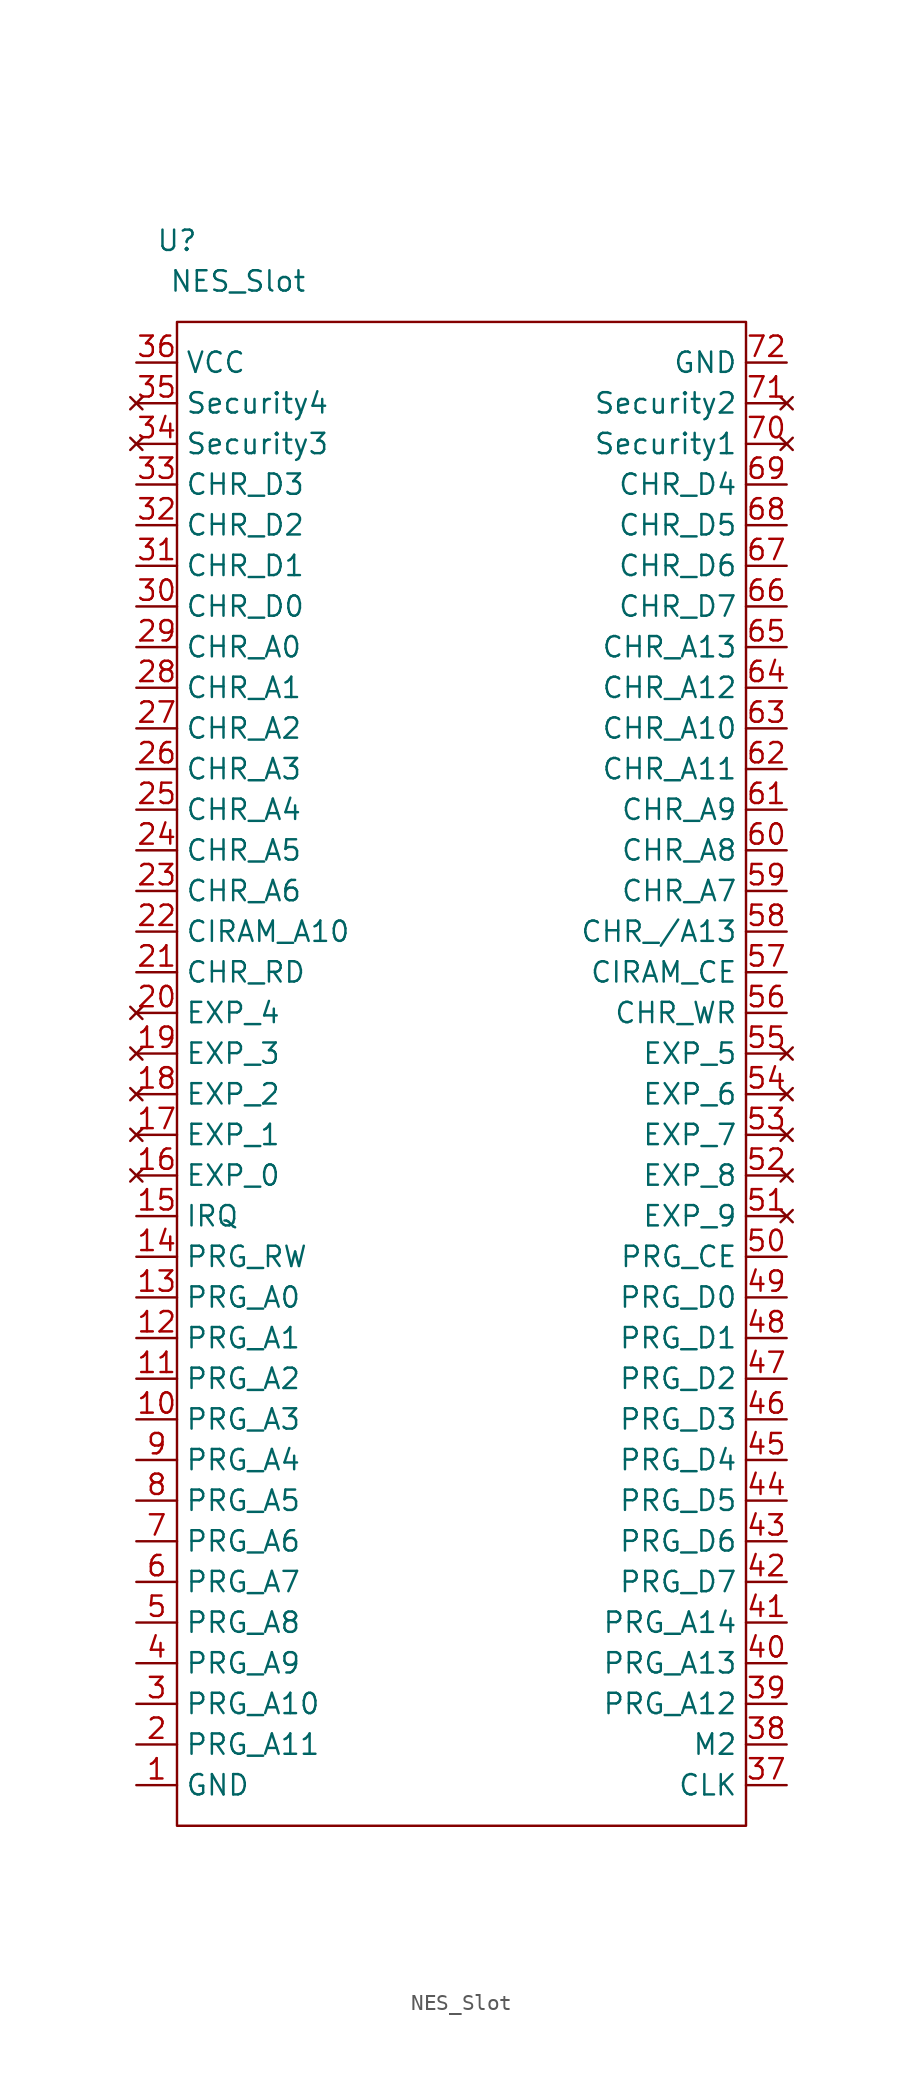
<source format=kicad_sym>
(kicad_symbol_lib
  (version 20211014)
  (generator kicad_symbol_editor)
  (symbol "NES_Slot"
    (property "Reference" "U"
      (at -16.51 44.45 0)
      (effects (font (size 1.27 1.27))))
    (property "Value" "NES_Slot"
      (at -12.7 41.91 0)
      (effects (font (size 1.27 1.27))))
    (symbol "NES_Slot_0_1"
      (rectangle (start -16.51 39.37) (end 19.05 -54.61) (stroke (width 0.152) (type default) (color 0 0 0 0)) (fill (type none))))
    (symbol "NES_Slot_1_1"
      (pin power_in line (at -19.05 -52.07 0) (length 2.54) (name "GND" (effects (font (size 1.27 1.27)))) (number "1" (effects (font (size 1.27 1.27)))))
      (pin input line (at -19.05 -29.21 0) (length 2.54) (name "PRG_A3" (effects (font (size 1.27 1.27)))) (number "10" (effects (font (size 1.27 1.27)))))
      (pin input line (at -19.05 -26.67 0) (length 2.54) (name "PRG_A2" (effects (font (size 1.27 1.27)))) (number "11" (effects (font (size 1.27 1.27)))))
      (pin input line (at -19.05 -24.13 0) (length 2.54) (name "PRG_A1" (effects (font (size 1.27 1.27)))) (number "12" (effects (font (size 1.27 1.27)))))
      (pin input line (at -19.05 -21.59 0) (length 2.54) (name "PRG_A0" (effects (font (size 1.27 1.27)))) (number "13" (effects (font (size 1.27 1.27)))))
      (pin input line (at -19.05 -19.05 0) (length 2.54) (name "PRG_RW" (effects (font (size 1.27 1.27)))) (number "14" (effects (font (size 1.27 1.27)))))
      (pin input line (at -19.05 -16.51 0) (length 2.54) (name "IRQ" (effects (font (size 1.27 1.27)))) (number "15" (effects (font (size 1.27 1.27)))))
      (pin no_connect line (at -19.05 -13.97 0) (length 2.54) (name "EXP_0" (effects (font (size 1.27 1.27)))) (number "16" (effects (font (size 1.27 1.27)))))
      (pin no_connect line (at -19.05 -11.43 0) (length 2.54) (name "EXP_1" (effects (font (size 1.27 1.27)))) (number "17" (effects (font (size 1.27 1.27)))))
      (pin no_connect line (at -19.05 -8.89 0) (length 2.54) (name "EXP_2" (effects (font (size 1.27 1.27)))) (number "18" (effects (font (size 1.27 1.27)))))
      (pin no_connect line (at -19.05 -6.35 0) (length 2.54) (name "EXP_3" (effects (font (size 1.27 1.27)))) (number "19" (effects (font (size 1.27 1.27)))))
      (pin input line (at -19.05 -49.53 0) (length 2.54) (name "PRG_A11" (effects (font (size 1.27 1.27)))) (number "2" (effects (font (size 1.27 1.27)))))
      (pin no_connect line (at -19.05 -3.81 0) (length 2.54) (name "EXP_4" (effects (font (size 1.27 1.27)))) (number "20" (effects (font (size 1.27 1.27)))))
      (pin input line (at -19.05 -1.27 0) (length 2.54) (name "CHR_RD" (effects (font (size 1.27 1.27)))) (number "21" (effects (font (size 1.27 1.27)))))
      (pin input line (at -19.05 1.27 0) (length 2.54) (name "CIRAM_A10" (effects (font (size 1.27 1.27)))) (number "22" (effects (font (size 1.27 1.27)))))
      (pin input line (at -19.05 3.81 0) (length 2.54) (name "CHR_A6" (effects (font (size 1.27 1.27)))) (number "23" (effects (font (size 1.27 1.27)))))
      (pin input line (at -19.05 6.35 0) (length 2.54) (name "CHR_A5" (effects (font (size 1.27 1.27)))) (number "24" (effects (font (size 1.27 1.27)))))
      (pin input line (at -19.05 8.89 0) (length 2.54) (name "CHR_A4" (effects (font (size 1.27 1.27)))) (number "25" (effects (font (size 1.27 1.27)))))
      (pin input line (at -19.05 11.43 0) (length 2.54) (name "CHR_A3" (effects (font (size 1.27 1.27)))) (number "26" (effects (font (size 1.27 1.27)))))
      (pin input line (at -19.05 13.97 0) (length 2.54) (name "CHR_A2" (effects (font (size 1.27 1.27)))) (number "27" (effects (font (size 1.27 1.27)))))
      (pin input line (at -19.05 16.51 0) (length 2.54) (name "CHR_A1" (effects (font (size 1.27 1.27)))) (number "28" (effects (font (size 1.27 1.27)))))
      (pin input line (at -19.05 19.05 0) (length 2.54) (name "CHR_A0" (effects (font (size 1.27 1.27)))) (number "29" (effects (font (size 1.27 1.27)))))
      (pin input line (at -19.05 -46.99 0) (length 2.54) (name "PRG_A10" (effects (font (size 1.27 1.27)))) (number "3" (effects (font (size 1.27 1.27)))))
      (pin bidirectional line (at -19.05 21.59 0) (length 2.54) (name "CHR_D0" (effects (font (size 1.27 1.27)))) (number "30" (effects (font (size 1.27 1.27)))))
      (pin bidirectional line (at -19.05 24.13 0) (length 2.54) (name "CHR_D1" (effects (font (size 1.27 1.27)))) (number "31" (effects (font (size 1.27 1.27)))))
      (pin bidirectional line (at -19.05 26.67 0) (length 2.54) (name "CHR_D2" (effects (font (size 1.27 1.27)))) (number "32" (effects (font (size 1.27 1.27)))))
      (pin bidirectional line (at -19.05 29.21 0) (length 2.54) (name "CHR_D3" (effects (font (size 1.27 1.27)))) (number "33" (effects (font (size 1.27 1.27)))))
      (pin no_connect line (at -19.05 31.75 0) (length 2.54) (name "Security3" (effects (font (size 1.27 1.27)))) (number "34" (effects (font (size 1.27 1.27)))))
      (pin no_connect line (at -19.05 34.29 0) (length 2.54) (name "Security4" (effects (font (size 1.27 1.27)))) (number "35" (effects (font (size 1.27 1.27)))))
      (pin power_in line (at -19.05 36.83 0) (length 2.54) (name "VCC" (effects (font (size 1.27 1.27)))) (number "36" (effects (font (size 1.27 1.27)))))
      (pin input line (at 21.59 -52.07 180) (length 2.54) (name "CLK" (effects (font (size 1.27 1.27)))) (number "37" (effects (font (size 1.27 1.27)))))
      (pin input line (at 21.59 -49.53 180) (length 2.54) (name "M2" (effects (font (size 1.27 1.27)))) (number "38" (effects (font (size 1.27 1.27)))))
      (pin input line (at 21.59 -46.99 180) (length 2.54) (name "PRG_A12" (effects (font (size 1.27 1.27)))) (number "39" (effects (font (size 1.27 1.27)))))
      (pin input line (at -19.05 -44.45 0) (length 2.54) (name "PRG_A9" (effects (font (size 1.27 1.27)))) (number "4" (effects (font (size 1.27 1.27)))))
      (pin input line (at 21.59 -44.45 180) (length 2.54) (name "PRG_A13" (effects (font (size 1.27 1.27)))) (number "40" (effects (font (size 1.27 1.27)))))
      (pin input line (at 21.59 -41.91 180) (length 2.54) (name "PRG_A14" (effects (font (size 1.27 1.27)))) (number "41" (effects (font (size 1.27 1.27)))))
      (pin bidirectional line (at 21.59 -39.37 180) (length 2.54) (name "PRG_D7" (effects (font (size 1.27 1.27)))) (number "42" (effects (font (size 1.27 1.27)))))
      (pin bidirectional line (at 21.59 -36.83 180) (length 2.54) (name "PRG_D6" (effects (font (size 1.27 1.27)))) (number "43" (effects (font (size 1.27 1.27)))))
      (pin bidirectional line (at 21.59 -34.29 180) (length 2.54) (name "PRG_D5" (effects (font (size 1.27 1.27)))) (number "44" (effects (font (size 1.27 1.27)))))
      (pin bidirectional line (at 21.59 -31.75 180) (length 2.54) (name "PRG_D4" (effects (font (size 1.27 1.27)))) (number "45" (effects (font (size 1.27 1.27)))))
      (pin bidirectional line (at 21.59 -29.21 180) (length 2.54) (name "PRG_D3" (effects (font (size 1.27 1.27)))) (number "46" (effects (font (size 1.27 1.27)))))
      (pin bidirectional line (at 21.59 -26.67 180) (length 2.54) (name "PRG_D2" (effects (font (size 1.27 1.27)))) (number "47" (effects (font (size 1.27 1.27)))))
      (pin bidirectional line (at 21.59 -24.13 180) (length 2.54) (name "PRG_D1" (effects (font (size 1.27 1.27)))) (number "48" (effects (font (size 1.27 1.27)))))
      (pin bidirectional line (at 21.59 -21.59 180) (length 2.54) (name "PRG_D0" (effects (font (size 1.27 1.27)))) (number "49" (effects (font (size 1.27 1.27)))))
      (pin input line (at -19.05 -41.91 0) (length 2.54) (name "PRG_A8" (effects (font (size 1.27 1.27)))) (number "5" (effects (font (size 1.27 1.27)))))
      (pin input line (at 21.59 -19.05 180) (length 2.54) (name "PRG_CE" (effects (font (size 1.27 1.27)))) (number "50" (effects (font (size 1.27 1.27)))))
      (pin no_connect line (at 21.59 -16.51 180) (length 2.54) (name "EXP_9" (effects (font (size 1.27 1.27)))) (number "51" (effects (font (size 1.27 1.27)))))
      (pin no_connect line (at 21.59 -13.97 180) (length 2.54) (name "EXP_8" (effects (font (size 1.27 1.27)))) (number "52" (effects (font (size 1.27 1.27)))))
      (pin no_connect line (at 21.59 -11.43 180) (length 2.54) (name "EXP_7" (effects (font (size 1.27 1.27)))) (number "53" (effects (font (size 1.27 1.27)))))
      (pin no_connect line (at 21.59 -8.89 180) (length 2.54) (name "EXP_6" (effects (font (size 1.27 1.27)))) (number "54" (effects (font (size 1.27 1.27)))))
      (pin no_connect line (at 21.59 -6.35 180) (length 2.54) (name "EXP_5" (effects (font (size 1.27 1.27)))) (number "55" (effects (font (size 1.27 1.27)))))
      (pin input line (at 21.59 -3.81 180) (length 2.54) (name "CHR_WR" (effects (font (size 1.27 1.27)))) (number "56" (effects (font (size 1.27 1.27)))))
      (pin input line (at 21.59 -1.27 180) (length 2.54) (name "CIRAM_CE" (effects (font (size 1.27 1.27)))) (number "57" (effects (font (size 1.27 1.27)))))
      (pin input line (at 21.59 1.27 180) (length 2.54) (name "CHR_/A13" (effects (font (size 1.27 1.27)))) (number "58" (effects (font (size 1.27 1.27)))))
      (pin bidirectional line (at 21.59 3.81 180) (length 2.54) (name "CHR_A7" (effects (font (size 1.27 1.27)))) (number "59" (effects (font (size 1.27 1.27)))))
      (pin input line (at -19.05 -39.37 0) (length 2.54) (name "PRG_A7" (effects (font (size 1.27 1.27)))) (number "6" (effects (font (size 1.27 1.27)))))
      (pin input line (at 21.59 6.35 180) (length 2.54) (name "CHR_A8" (effects (font (size 1.27 1.27)))) (number "60" (effects (font (size 1.27 1.27)))))
      (pin input line (at 21.59 8.89 180) (length 2.54) (name "CHR_A9" (effects (font (size 1.27 1.27)))) (number "61" (effects (font (size 1.27 1.27)))))
      (pin input line (at 21.59 11.43 180) (length 2.54) (name "CHR_A11" (effects (font (size 1.27 1.27)))) (number "62" (effects (font (size 1.27 1.27)))))
      (pin input line (at 21.59 13.97 180) (length 2.54) (name "CHR_A10" (effects (font (size 1.27 1.27)))) (number "63" (effects (font (size 1.27 1.27)))))
      (pin input line (at 21.59 16.51 180) (length 2.54) (name "CHR_A12" (effects (font (size 1.27 1.27)))) (number "64" (effects (font (size 1.27 1.27)))))
      (pin input line (at 21.59 19.05 180) (length 2.54) (name "CHR_A13" (effects (font (size 1.27 1.27)))) (number "65" (effects (font (size 1.27 1.27)))))
      (pin bidirectional line (at 21.59 21.59 180) (length 2.54) (name "CHR_D7" (effects (font (size 1.27 1.27)))) (number "66" (effects (font (size 1.27 1.27)))))
      (pin bidirectional line (at 21.59 24.13 180) (length 2.54) (name "CHR_D6" (effects (font (size 1.27 1.27)))) (number "67" (effects (font (size 1.27 1.27)))))
      (pin bidirectional line (at 21.59 26.67 180) (length 2.54) (name "CHR_D5" (effects (font (size 1.27 1.27)))) (number "68" (effects (font (size 1.27 1.27)))))
      (pin bidirectional line (at 21.59 29.21 180) (length 2.54) (name "CHR_D4" (effects (font (size 1.27 1.27)))) (number "69" (effects (font (size 1.27 1.27)))))
      (pin input line (at -19.05 -36.83 0) (length 2.54) (name "PRG_A6" (effects (font (size 1.27 1.27)))) (number "7" (effects (font (size 1.27 1.27)))))
      (pin no_connect line (at 21.59 31.75 180) (length 2.54) (name "Security1" (effects (font (size 1.27 1.27)))) (number "70" (effects (font (size 1.27 1.27)))))
      (pin no_connect line (at 21.59 34.29 180) (length 2.54) (name "Security2" (effects (font (size 1.27 1.27)))) (number "71" (effects (font (size 1.27 1.27)))))
      (pin power_in line (at 21.59 36.83 180) (length 2.54) (name "GND" (effects (font (size 1.27 1.27)))) (number "72" (effects (font (size 1.27 1.27)))))
      (pin input line (at -19.05 -34.29 0) (length 2.54) (name "PRG_A5" (effects (font (size 1.27 1.27)))) (number "8" (effects (font (size 1.27 1.27)))))
      (pin input line (at -19.05 -31.75 0) (length 2.54) (name "PRG_A4" (effects (font (size 1.27 1.27)))) (number "9" (effects (font (size 1.27 1.27))))))))
</source>
